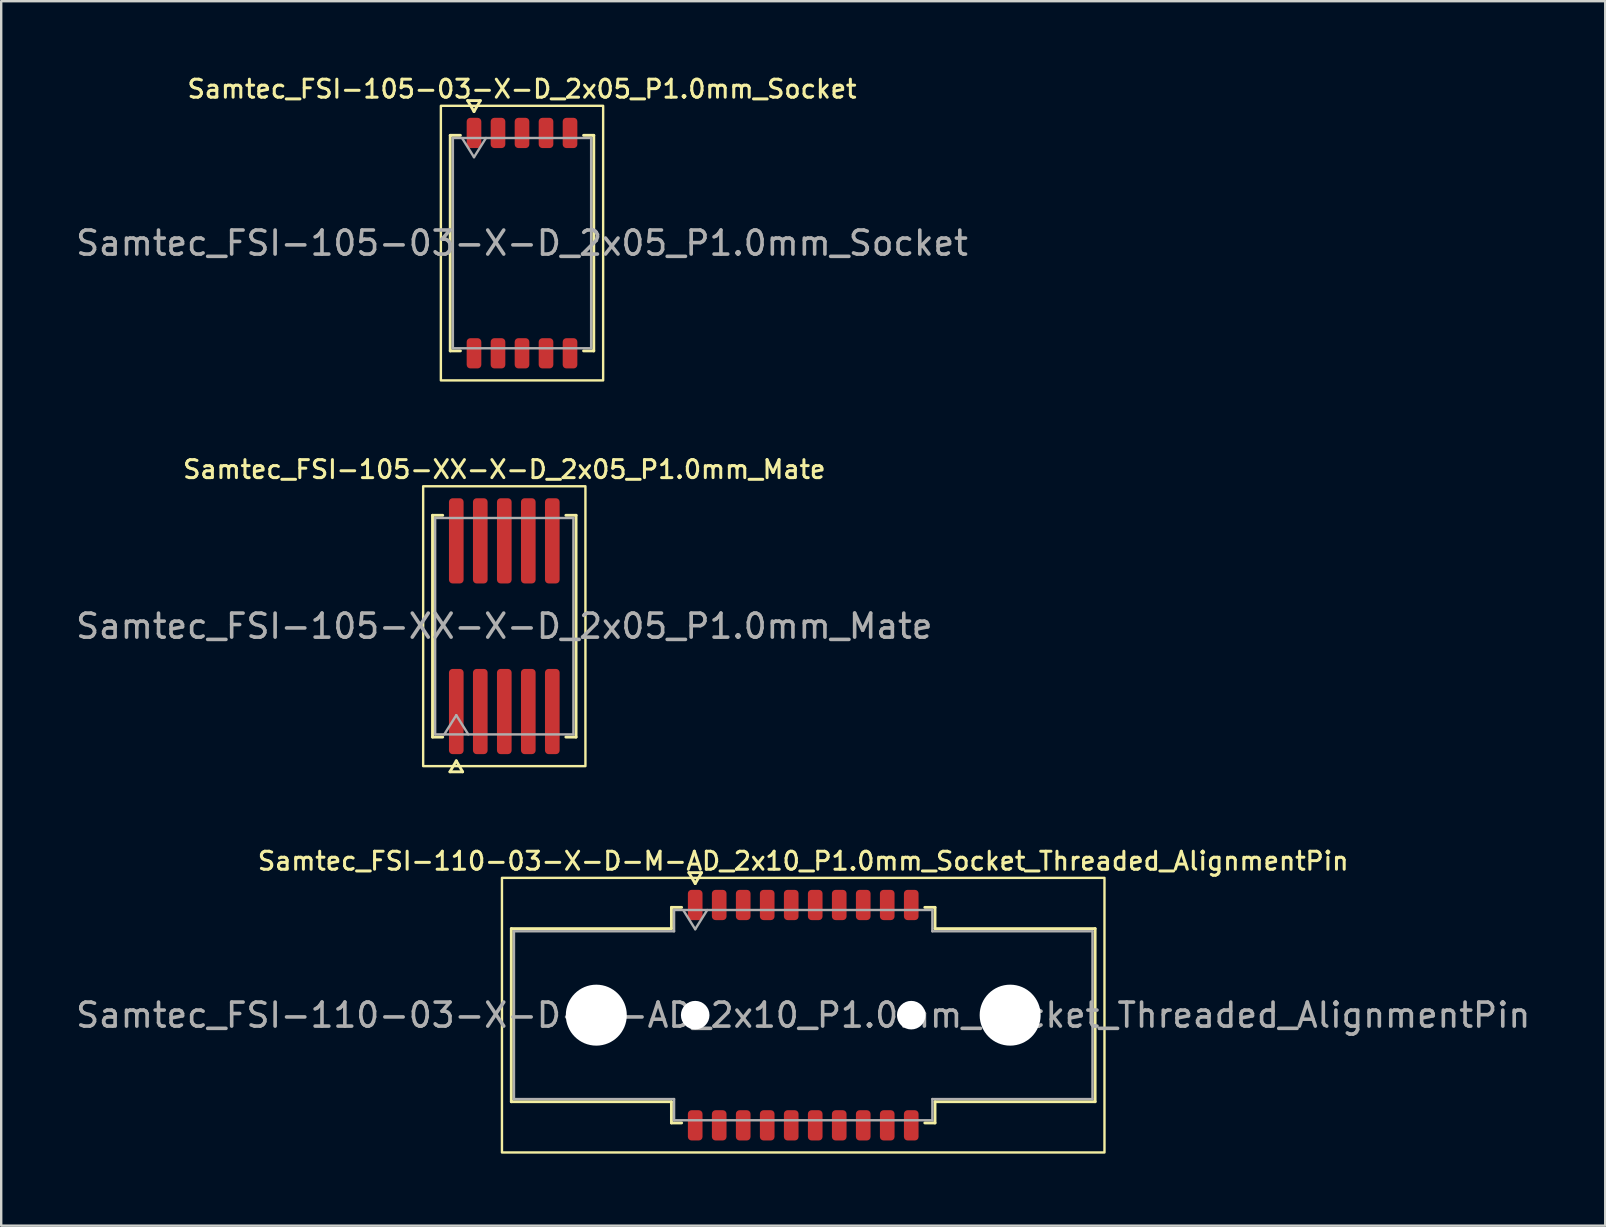
<source format=kicad_pcb>
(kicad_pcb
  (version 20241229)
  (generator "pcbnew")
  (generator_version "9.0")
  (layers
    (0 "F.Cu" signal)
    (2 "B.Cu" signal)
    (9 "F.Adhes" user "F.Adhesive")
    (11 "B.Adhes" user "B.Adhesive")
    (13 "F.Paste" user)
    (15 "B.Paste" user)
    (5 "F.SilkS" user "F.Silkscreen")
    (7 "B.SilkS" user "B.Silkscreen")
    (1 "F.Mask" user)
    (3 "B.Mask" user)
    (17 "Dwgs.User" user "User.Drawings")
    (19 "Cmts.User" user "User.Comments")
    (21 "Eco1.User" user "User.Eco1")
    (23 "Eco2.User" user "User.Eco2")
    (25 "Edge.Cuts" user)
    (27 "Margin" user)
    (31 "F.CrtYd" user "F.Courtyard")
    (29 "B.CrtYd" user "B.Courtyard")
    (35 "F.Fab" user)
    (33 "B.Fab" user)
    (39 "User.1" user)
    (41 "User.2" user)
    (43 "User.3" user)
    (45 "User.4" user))
  (footprint "Samtec_FSI-110-03-X-D-M-AD_2x10_P1.0mm_Socket_Threaded_AlignmentPin"
    (layer "F.Cu")
    (at 30.411 39.24)
    (property "Reference" "Samtec_FSI-110-03-X-D-M-AD_2x10_P1.0mm_Socket_Threaded_AlignmentPin" (at 0 -6.42 0) (layer "F.SilkS") (effects (font (size 0.75 0.75) (thickness 0.125))))
    (attr smd)
    (fp_line (start -12.16 -3.605) (end -5.49 -3.605) (stroke (width 0.12) (type solid)) (layer "F.SilkS"))
    (fp_line (start -12.16 3.605) (end -12.16 -3.605) (stroke (width 0.12) (type solid)) (layer "F.SilkS"))
    (fp_line (start -5.49 -4.49) (end -5.065 -4.49) (stroke (width 0.12) (type solid)) (layer "F.SilkS"))
    (fp_line (start -5.49 -3.605) (end -5.49 -4.49) (stroke (width 0.12) (type solid)) (layer "F.SilkS"))
    (fp_line (start -5.49 3.605) (end -12.16 3.605) (stroke (width 0.12) (type solid)) (layer "F.SilkS"))
    (fp_line (start -5.49 4.49) (end -5.49 3.605) (stroke (width 0.12) (type solid)) (layer "F.SilkS"))
    (fp_line (start -5.065 4.49) (end -5.49 4.49) (stroke (width 0.12) (type solid)) (layer "F.SilkS"))
    (fp_line (start -4.764 -5.938) (end -4.5 -5.48) (stroke (width 0.12) (type solid)) (layer "F.SilkS"))
    (fp_line (start -4.5 -5.48) (end -4.236 -5.938) (stroke (width 0.12) (type solid)) (layer "F.SilkS"))
    (fp_line (start -4.236 -5.938) (end -4.764 -5.938) (stroke (width 0.12) (type solid)) (layer "F.SilkS"))
    (fp_line (start 5.065 -4.49) (end 5.49 -4.49) (stroke (width 0.12) (type solid)) (layer "F.SilkS"))
    (fp_line (start 5.49 -4.49) (end 5.49 -3.605) (stroke (width 0.12) (type solid)) (layer "F.SilkS"))
    (fp_line (start 5.49 -3.605) (end 12.16 -3.605) (stroke (width 0.12) (type solid)) (layer "F.SilkS"))
    (fp_line (start 5.49 3.605) (end 5.49 4.49) (stroke (width 0.12) (type solid)) (layer "F.SilkS"))
    (fp_line (start 5.49 4.49) (end 5.065 4.49) (stroke (width 0.12) (type solid)) (layer "F.SilkS"))
    (fp_line (start 12.16 -3.605) (end 12.16 3.605) (stroke (width 0.12) (type solid)) (layer "F.SilkS"))
    (fp_line (start 12.16 3.605) (end 5.49 3.605) (stroke (width 0.12) (type solid)) (layer "F.SilkS"))
    (fp_rect (start -12.55 -5.72) (end 12.55 5.72) (stroke (width 0.1) (type solid)) (fill no) (layer "F.SilkS"))
    (fp_line (start -12.05 -3.495) (end -5.38 -3.495) (stroke (width 0.1) (type solid)) (layer "F.Fab"))
    (fp_line (start -12.05 3.495) (end -12.05 -3.495) (stroke (width 0.1) (type solid)) (layer "F.Fab"))
    (fp_line (start -5.38 -4.38) (end 5.38 -4.38) (stroke (width 0.1) (type solid)) (layer "F.Fab"))
    (fp_line (start -5.38 -3.495) (end -5.38 -4.38) (stroke (width 0.1) (type solid)) (layer "F.Fab"))
    (fp_line (start -5.38 3.495) (end -12.05 3.495) (stroke (width 0.1) (type solid)) (layer "F.Fab"))
    (fp_line (start -5.38 4.38) (end -5.38 3.495) (stroke (width 0.1) (type solid)) (layer "F.Fab"))
    (fp_line (start -5 -4.38) (end -4.5 -3.58) (stroke (width 0.1) (type solid)) (layer "F.Fab"))
    (fp_line (start -4.5 -3.58) (end -4 -4.38) (stroke (width 0.1) (type solid)) (layer "F.Fab"))
    (fp_line (start 5.38 -4.38) (end 5.38 -3.495) (stroke (width 0.1) (type solid)) (layer "F.Fab"))
    (fp_line (start 5.38 -3.495) (end 12.05 -3.495) (stroke (width 0.1) (type solid)) (layer "F.Fab"))
    (fp_line (start 5.38 3.495) (end 5.38 4.38) (stroke (width 0.1) (type solid)) (layer "F.Fab"))
    (fp_line (start 5.38 4.38) (end -5.38 4.38) (stroke (width 0.1) (type solid)) (layer "F.Fab"))
    (fp_line (start 12.05 -3.495) (end 12.05 3.495) (stroke (width 0.1) (type solid)) (layer "F.Fab"))
    (fp_line (start 12.05 3.495) (end 5.38 3.495) (stroke (width 0.1) (type solid)) (layer "F.Fab"))
    (fp_text user "${REFERENCE}" (at 0 0 0) (layer "F.Fab") (effects (font (size 1 1) (thickness 0.15))))
    (pad "" np_thru_hole circle (at -8.62 0) (size 2.54 2.54) (drill 2.54) (layers "*.Cu" "*.Mask"))
    (pad "" np_thru_hole circle (at -4.5 0) (size 1.19 1.19) (drill 1.19) (layers "*.Cu" "*.Mask"))
    (pad "" np_thru_hole circle (at 4.5 0) (size 1.19 1.19) (drill 1.19) (layers "*.Cu" "*.Mask"))
    (pad "" np_thru_hole circle (at 8.62 0) (size 2.54 2.54) (drill 2.54) (layers "*.Cu" "*.Mask"))
    (pad "1" smd roundrect (at -4.5 -4.59) (size 0.61 1.26) (layers "F.Cu" "F.Mask" "F.Paste") (roundrect_rratio 0.25))
    (pad "2" smd roundrect (at -4.5 4.59) (size 0.61 1.26) (layers "F.Cu" "F.Mask" "F.Paste") (roundrect_rratio 0.25))
    (pad "3" smd roundrect (at -3.5 -4.59) (size 0.61 1.26) (layers "F.Cu" "F.Mask" "F.Paste") (roundrect_rratio 0.25))
    (pad "4" smd roundrect (at -3.5 4.59) (size 0.61 1.26) (layers "F.Cu" "F.Mask" "F.Paste") (roundrect_rratio 0.25))
    (pad "5" smd roundrect (at -2.5 -4.59) (size 0.61 1.26) (layers "F.Cu" "F.Mask" "F.Paste") (roundrect_rratio 0.25))
    (pad "6" smd roundrect (at -2.5 4.59) (size 0.61 1.26) (layers "F.Cu" "F.Mask" "F.Paste") (roundrect_rratio 0.25))
    (pad "7" smd roundrect (at -1.5 -4.59) (size 0.61 1.26) (layers "F.Cu" "F.Mask" "F.Paste") (roundrect_rratio 0.25))
    (pad "8" smd roundrect (at -1.5 4.59) (size 0.61 1.26) (layers "F.Cu" "F.Mask" "F.Paste") (roundrect_rratio 0.25))
    (pad "9" smd roundrect (at -0.5 -4.59) (size 0.61 1.26) (layers "F.Cu" "F.Mask" "F.Paste") (roundrect_rratio 0.25))
    (pad "10" smd roundrect (at -0.5 4.59) (size 0.61 1.26) (layers "F.Cu" "F.Mask" "F.Paste") (roundrect_rratio 0.25))
    (pad "11" smd roundrect (at 0.5 -4.59) (size 0.61 1.26) (layers "F.Cu" "F.Mask" "F.Paste") (roundrect_rratio 0.25))
    (pad "12" smd roundrect (at 0.5 4.59) (size 0.61 1.26) (layers "F.Cu" "F.Mask" "F.Paste") (roundrect_rratio 0.25))
    (pad "13" smd roundrect (at 1.5 -4.59) (size 0.61 1.26) (layers "F.Cu" "F.Mask" "F.Paste") (roundrect_rratio 0.25))
    (pad "14" smd roundrect (at 1.5 4.59) (size 0.61 1.26) (layers "F.Cu" "F.Mask" "F.Paste") (roundrect_rratio 0.25))
    (pad "15" smd roundrect (at 2.5 -4.59) (size 0.61 1.26) (layers "F.Cu" "F.Mask" "F.Paste") (roundrect_rratio 0.25))
    (pad "16" smd roundrect (at 2.5 4.59) (size 0.61 1.26) (layers "F.Cu" "F.Mask" "F.Paste") (roundrect_rratio 0.25))
    (pad "17" smd roundrect (at 3.5 -4.59) (size 0.61 1.26) (layers "F.Cu" "F.Mask" "F.Paste") (roundrect_rratio 0.25))
    (pad "18" smd roundrect (at 3.5 4.59) (size 0.61 1.26) (layers "F.Cu" "F.Mask" "F.Paste") (roundrect_rratio 0.25))
    (pad "19" smd roundrect (at 4.5 -4.59) (size 0.61 1.26) (layers "F.Cu" "F.Mask" "F.Paste") (roundrect_rratio 0.25))
    (pad "20" smd roundrect (at 4.5 4.59) (size 0.61 1.26) (layers "F.Cu" "F.Mask" "F.Paste") (roundrect_rratio 0.25)))
  (footprint "Samtec_FSI-105-03-X-D_2x05_P1.0mm_Socket"
    (layer "F.Cu")
    (at 18.696 7.078)
    (property "Reference" "Samtec_FSI-105-03-X-D_2x05_P1.0mm_Socket" (at 0 -6.42 0) (layer "F.SilkS") (effects (font (size 0.75 0.75) (thickness 0.125))))
    (attr smd)
    (fp_line (start -2.99 -4.49) (end -2.565 -4.49) (stroke (width 0.12) (type solid)) (layer "F.SilkS"))
    (fp_line (start -2.99 4.49) (end -2.99 -4.49) (stroke (width 0.12) (type solid)) (layer "F.SilkS"))
    (fp_line (start -2.565 4.49) (end -2.99 4.49) (stroke (width 0.12) (type solid)) (layer "F.SilkS"))
    (fp_line (start -2.264 -5.938) (end -2 -5.48) (stroke (width 0.12) (type solid)) (layer "F.SilkS"))
    (fp_line (start -2 -5.48) (end -1.736 -5.938) (stroke (width 0.12) (type solid)) (layer "F.SilkS"))
    (fp_line (start -1.736 -5.938) (end -2.264 -5.938) (stroke (width 0.12) (type solid)) (layer "F.SilkS"))
    (fp_line (start 2.565 -4.49) (end 2.99 -4.49) (stroke (width 0.12) (type solid)) (layer "F.SilkS"))
    (fp_line (start 2.99 -4.49) (end 2.99 4.49) (stroke (width 0.12) (type solid)) (layer "F.SilkS"))
    (fp_line (start 2.99 4.49) (end 2.565 4.49) (stroke (width 0.12) (type solid)) (layer "F.SilkS"))
    (fp_rect (start -3.38 -5.72) (end 3.38 5.72) (stroke (width 0.1) (type solid)) (fill no) (layer "F.SilkS"))
    (fp_line (start -2.88 -4.38) (end 2.88 -4.38) (stroke (width 0.1) (type solid)) (layer "F.Fab"))
    (fp_line (start -2.88 4.38) (end -2.88 -4.38) (stroke (width 0.1) (type solid)) (layer "F.Fab"))
    (fp_line (start -2.5 -4.38) (end -2 -3.58) (stroke (width 0.1) (type solid)) (layer "F.Fab"))
    (fp_line (start -2 -3.58) (end -1.5 -4.38) (stroke (width 0.1) (type solid)) (layer "F.Fab"))
    (fp_line (start 2.88 -4.38) (end 2.88 4.38) (stroke (width 0.1) (type solid)) (layer "F.Fab"))
    (fp_line (start 2.88 4.38) (end -2.88 4.38) (stroke (width 0.1) (type solid)) (layer "F.Fab"))
    (fp_text user "${REFERENCE}" (at 0 0 0) (layer "F.Fab") (effects (font (size 1 1) (thickness 0.15))))
    (pad "1" smd roundrect (at -2 -4.59) (size 0.61 1.26) (layers "F.Cu" "F.Mask" "F.Paste") (roundrect_rratio 0.25))
    (pad "2" smd roundrect (at -2 4.59) (size 0.61 1.26) (layers "F.Cu" "F.Mask" "F.Paste") (roundrect_rratio 0.25))
    (pad "3" smd roundrect (at -1 -4.59) (size 0.61 1.26) (layers "F.Cu" "F.Mask" "F.Paste") (roundrect_rratio 0.25))
    (pad "4" smd roundrect (at -1 4.59) (size 0.61 1.26) (layers "F.Cu" "F.Mask" "F.Paste") (roundrect_rratio 0.25))
    (pad "5" smd roundrect (at 0 -4.59) (size 0.61 1.26) (layers "F.Cu" "F.Mask" "F.Paste") (roundrect_rratio 0.25))
    (pad "6" smd roundrect (at 0 4.59) (size 0.61 1.26) (layers "F.Cu" "F.Mask" "F.Paste") (roundrect_rratio 0.25))
    (pad "7" smd roundrect (at 1 -4.59) (size 0.61 1.26) (layers "F.Cu" "F.Mask" "F.Paste") (roundrect_rratio 0.25))
    (pad "8" smd roundrect (at 1 4.59) (size 0.61 1.26) (layers "F.Cu" "F.Mask" "F.Paste") (roundrect_rratio 0.25))
    (pad "9" smd roundrect (at 2 -4.59) (size 0.61 1.26) (layers "F.Cu" "F.Mask" "F.Paste") (roundrect_rratio 0.25))
    (pad "10" smd roundrect (at 2 4.59) (size 0.61 1.26) (layers "F.Cu" "F.Mask" "F.Paste") (roundrect_rratio 0.25)))
  (footprint "Samtec_FSI-105-XX-X-D_2x05_P1.0mm_Mate"
    (layer "F.Cu")
    (at 17.958 23.036)
    (property "Reference" "Samtec_FSI-105-XX-X-D_2x05_P1.0mm_Mate" (at 0 -6.53 0) (layer "F.SilkS") (effects (font (size 0.75 0.75) (thickness 0.125))))
    (attr exclude_from_pos_files exclude_from_bom)
    (fp_line (start -2.99 -4.619) (end -2.565 -4.619) (stroke (width 0.12) (type solid)) (layer "F.SilkS"))
    (fp_line (start -2.99 4.619) (end -2.99 -4.619) (stroke (width 0.12) (type solid)) (layer "F.SilkS"))
    (fp_line (start -2.565 4.619) (end -2.99 4.619) (stroke (width 0.12) (type solid)) (layer "F.SilkS"))
    (fp_line (start -2.264 6.066) (end -2 5.609) (stroke (width 0.12) (type solid)) (layer "F.SilkS"))
    (fp_line (start -2 5.609) (end -1.736 6.066) (stroke (width 0.12) (type solid)) (layer "F.SilkS"))
    (fp_line (start -1.736 6.066) (end -2.264 6.066) (stroke (width 0.12) (type solid)) (layer "F.SilkS"))
    (fp_line (start 2.565 -4.619) (end 2.99 -4.619) (stroke (width 0.12) (type solid)) (layer "F.SilkS"))
    (fp_line (start 2.99 -4.619) (end 2.99 4.619) (stroke (width 0.12) (type solid)) (layer "F.SilkS"))
    (fp_line (start 2.99 4.619) (end 2.565 4.619) (stroke (width 0.12) (type solid)) (layer "F.SilkS"))
    (fp_rect (start -3.38 -5.83) (end 3.38 5.83) (stroke (width 0.1) (type solid)) (fill no) (layer "F.SilkS"))
    (fp_line (start -2.88 -4.508) (end 2.88 -4.508) (stroke (width 0.1) (type solid)) (layer "F.Fab"))
    (fp_line (start -2.88 4.508) (end -2.88 -4.508) (stroke (width 0.1) (type solid)) (layer "F.Fab"))
    (fp_line (start -2.5 4.508) (end -2 3.708) (stroke (width 0.1) (type solid)) (layer "F.Fab"))
    (fp_line (start -2 3.708) (end -1.5 4.508) (stroke (width 0.1) (type solid)) (layer "F.Fab"))
    (fp_line (start 2.88 -4.508) (end 2.88 4.508) (stroke (width 0.1) (type solid)) (layer "F.Fab"))
    (fp_line (start 2.88 4.508) (end -2.88 4.508) (stroke (width 0.1) (type solid)) (layer "F.Fab"))
    (fp_text user "${REFERENCE}" (at 0 0 0) (layer "F.Fab") (effects (font (size 1 1) (thickness 0.15))))
    (pad "1" smd roundrect (at -2 3.555) (size 0.61 3.55) (layers "F.Cu" "F.Mask") (roundrect_rratio 0.25))
    (pad "2" smd roundrect (at -2 -3.555) (size 0.61 3.55) (layers "F.Cu" "F.Mask") (roundrect_rratio 0.25))
    (pad "3" smd roundrect (at -1 3.555) (size 0.61 3.55) (layers "F.Cu" "F.Mask") (roundrect_rratio 0.25))
    (pad "4" smd roundrect (at -1 -3.555) (size 0.61 3.55) (layers "F.Cu" "F.Mask") (roundrect_rratio 0.25))
    (pad "5" smd roundrect (at 0 3.555) (size 0.61 3.55) (layers "F.Cu" "F.Mask") (roundrect_rratio 0.25))
    (pad "6" smd roundrect (at 0 -3.555) (size 0.61 3.55) (layers "F.Cu" "F.Mask") (roundrect_rratio 0.25))
    (pad "7" smd roundrect (at 1 3.555) (size 0.61 3.55) (layers "F.Cu" "F.Mask") (roundrect_rratio 0.25))
    (pad "8" smd roundrect (at 1 -3.555) (size 0.61 3.55) (layers "F.Cu" "F.Mask") (roundrect_rratio 0.25))
    (pad "9" smd roundrect (at 2 3.555) (size 0.61 3.55) (layers "F.Cu" "F.Mask") (roundrect_rratio 0.25))
    (pad "10" smd roundrect (at 2 -3.555) (size 0.61 3.55) (layers "F.Cu" "F.Mask") (roundrect_rratio 0.25)))
  (gr_rect
    (start -3 -3)
    (end 63.821 48.01)
    (stroke (width 0.1) (type default))
    (fill no)
    (layer "Edge.Cuts")))
</source>
